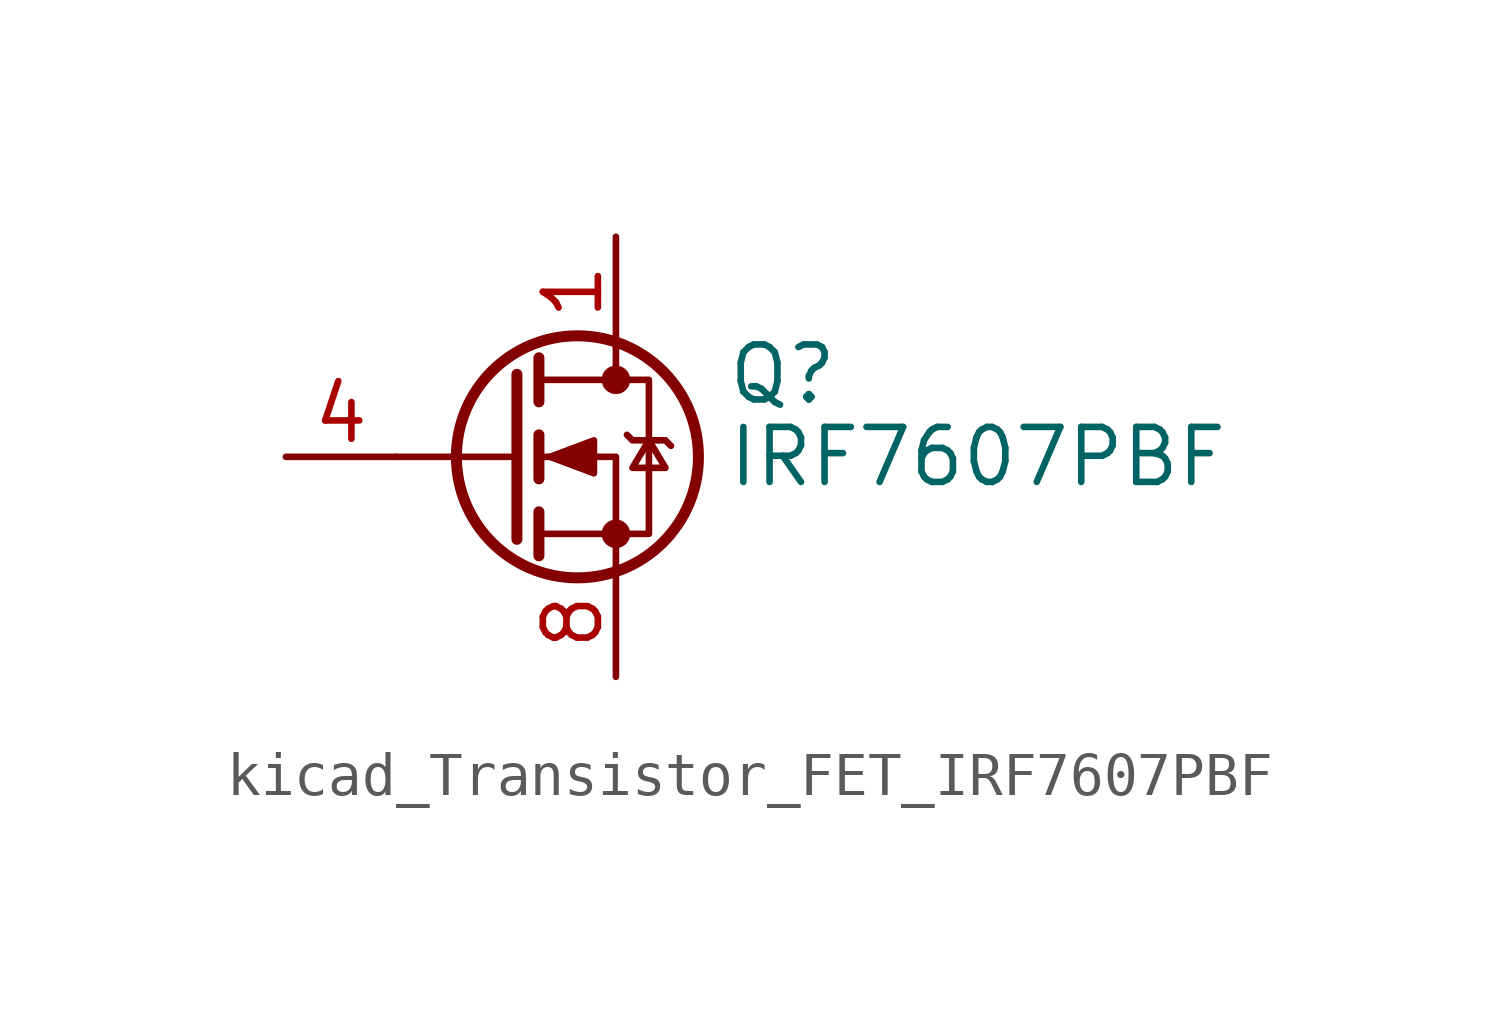
<source format=kicad_sym>
(kicad_symbol_lib
  (version 20220914)
  (generator kicad_symbol_editor)
  (symbol "kicad_Transistor_FET_IRF7607PBF"
    (pin_names hide)
    (property "Reference" "Q"
      (at 5.08 1.905 0)
      (effects (font (size 1.27 1.27)) (justify left)))
    (property "Value" "IRF7607PBF"
      (at 5.08 0 0)
      (effects (font (size 1.27 1.27)) (justify left)))
    (symbol "kicad_Transistor_FET_IRF7607PBF_0_1"
      (polyline (pts (xy 0.254 0) (xy -2.54 0)) (stroke (width 0) (type default)) (fill (type none)))
      (polyline (pts (xy 0.254 1.905) (xy 0.254 -1.905)) (stroke (width 0.254) (type default)) (fill (type none)))
      (polyline (pts (xy 0.762 -1.27) (xy 0.762 -2.286)) (stroke (width 0.254) (type default)) (fill (type none)))
      (polyline (pts (xy 0.762 0.508) (xy 0.762 -0.508)) (stroke (width 0.254) (type default)) (fill (type none)))
      (polyline (pts (xy 0.762 2.286) (xy 0.762 1.27)) (stroke (width 0.254) (type default)) (fill (type none)))
      (polyline (pts (xy 2.54 2.54) (xy 2.54 1.778)) (stroke (width 0) (type default)) (fill (type none)))
      (polyline (pts (xy 2.54 -2.54) (xy 2.54 0) (xy 0.762 0)) (stroke (width 0) (type default)) (fill (type none)))
      (polyline (pts (xy 0.762 -1.778) (xy 3.302 -1.778) (xy 3.302 1.778) (xy 0.762 1.778)) (stroke (width 0) (type default)) (fill (type none)))
      (polyline (pts (xy 1.016 0) (xy 2.032 0.381) (xy 2.032 -0.381) (xy 1.016 0)) (stroke (width 0) (type default)) (fill (type outline)))
      (polyline (pts (xy 2.794 0.508) (xy 2.921 0.381) (xy 3.683 0.381) (xy 3.81 0.254)) (stroke (width 0) (type default)) (fill (type none)))
      (polyline (pts (xy 3.302 0.381) (xy 2.921 -0.254) (xy 3.683 -0.254) (xy 3.302 0.381)) (stroke (width 0) (type default)) (fill (type none)))
      (circle (center 1.651 0) (radius 2.794) (stroke (width 0.254) (type default)) (fill (type none)))
      (circle (center 2.54 -1.778) (radius 0.254) (stroke (width 0) (type default)) (fill (type outline)))
      (circle (center 2.54 1.778) (radius 0.254) (stroke (width 0) (type default)) (fill (type outline))))
    (symbol "kicad_Transistor_FET_IRF7607PBF_1_1"
      (pin passive line (at 2.54 5.08 270) (length 2.54) (name "S" (effects (font (size 1.27 1.27)))) (number "1" (effects (font (size 1.27 1.27)))))
      (pin passive line (at 2.54 5.08 270) (length 2.54) hide (name "S" (effects (font (size 1.27 1.27)))) (number "2" (effects (font (size 1.27 1.27)))))
      (pin passive line (at 2.54 5.08 270) (length 2.54) hide (name "S" (effects (font (size 1.27 1.27)))) (number "3" (effects (font (size 1.27 1.27)))))
      (pin passive line (at -5.08 0 0) (length 2.54) (name "G" (effects (font (size 1.27 1.27)))) (number "4" (effects (font (size 1.27 1.27)))))
      (pin passive line (at 2.54 -5.08 90) (length 2.54) hide (name "D" (effects (font (size 1.27 1.27)))) (number "5" (effects (font (size 1.27 1.27)))))
      (pin passive line (at 2.54 -5.08 90) (length 2.54) hide (name "D" (effects (font (size 1.27 1.27)))) (number "6" (effects (font (size 1.27 1.27)))))
      (pin passive line (at 2.54 -5.08 90) (length 2.54) hide (name "D" (effects (font (size 1.27 1.27)))) (number "7" (effects (font (size 1.27 1.27)))))
      (pin passive line (at 2.54 -5.08 90) (length 2.54) (name "D" (effects (font (size 1.27 1.27)))) (number "8" (effects (font (size 1.27 1.27))))))))
</source>
